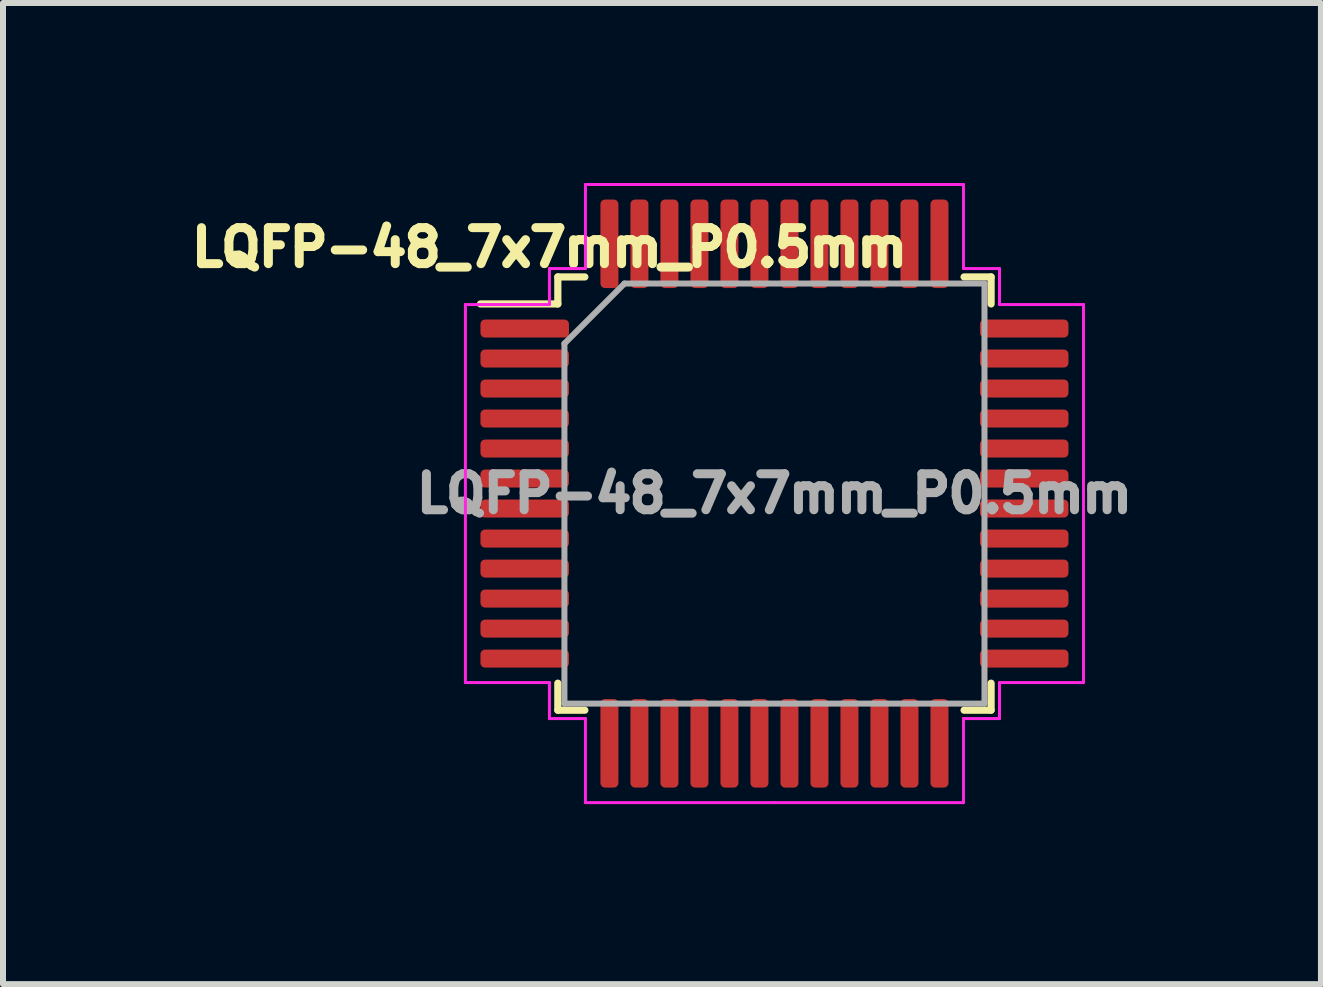
<source format=kicad_pcb>
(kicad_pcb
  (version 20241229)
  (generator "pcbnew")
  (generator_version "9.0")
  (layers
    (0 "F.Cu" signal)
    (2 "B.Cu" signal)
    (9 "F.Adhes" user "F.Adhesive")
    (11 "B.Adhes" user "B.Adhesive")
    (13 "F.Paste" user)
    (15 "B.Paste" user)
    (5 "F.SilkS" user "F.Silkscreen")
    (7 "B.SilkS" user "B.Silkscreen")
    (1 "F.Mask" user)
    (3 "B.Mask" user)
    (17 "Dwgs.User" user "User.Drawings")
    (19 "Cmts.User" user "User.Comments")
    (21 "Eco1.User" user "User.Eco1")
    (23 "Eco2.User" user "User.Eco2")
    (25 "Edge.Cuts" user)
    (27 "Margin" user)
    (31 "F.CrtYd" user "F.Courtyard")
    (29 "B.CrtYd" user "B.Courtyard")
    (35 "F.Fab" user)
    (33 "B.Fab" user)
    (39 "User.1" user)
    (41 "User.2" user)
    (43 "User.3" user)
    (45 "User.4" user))
  (footprint "LQFP-48_7x7mm_P0.5mm"
    (layer "F.Cu")
    (at 9.856 5.175)
    (property "Reference" "LQFP-48_7x7mm_P0.5mm" (at -3.748 -4.101 0) (layer "F.SilkS") (effects (font (size 0.6 0.6) (thickness 0.15))))
    (attr smd)
    (fp_line (start -4.9 -3.16) (end -3.61 -3.16) (stroke (width 0.12) (type solid)) (layer "F.SilkS"))
    (fp_line (start -3.61 -3.61) (end -3.16 -3.61) (stroke (width 0.12) (type solid)) (layer "F.SilkS"))
    (fp_line (start -3.61 -3.16) (end -3.61 -3.61) (stroke (width 0.12) (type solid)) (layer "F.SilkS"))
    (fp_line (start -3.61 3.16) (end -3.61 3.61) (stroke (width 0.12) (type solid)) (layer "F.SilkS"))
    (fp_line (start -3.61 3.61) (end -3.16 3.61) (stroke (width 0.12) (type solid)) (layer "F.SilkS"))
    (fp_line (start 3.61 -3.61) (end 3.16 -3.61) (stroke (width 0.12) (type solid)) (layer "F.SilkS"))
    (fp_line (start 3.61 -3.16) (end 3.61 -3.61) (stroke (width 0.12) (type solid)) (layer "F.SilkS"))
    (fp_line (start 3.61 3.16) (end 3.61 3.61) (stroke (width 0.12) (type solid)) (layer "F.SilkS"))
    (fp_line (start 3.61 3.61) (end 3.16 3.61) (stroke (width 0.12) (type solid)) (layer "F.SilkS"))
    (fp_line (start -5.15 -3.15) (end -3.75 -3.15) (stroke (width 0.05) (type solid)) (layer "F.CrtYd"))
    (fp_line (start -5.15 0) (end -5.15 -3.15) (stroke (width 0.05) (type solid)) (layer "F.CrtYd"))
    (fp_line (start -5.15 0) (end -5.15 3.15) (stroke (width 0.05) (type solid)) (layer "F.CrtYd"))
    (fp_line (start -5.15 3.15) (end -3.75 3.15) (stroke (width 0.05) (type solid)) (layer "F.CrtYd"))
    (fp_line (start -3.75 -3.75) (end -3.15 -3.75) (stroke (width 0.05) (type solid)) (layer "F.CrtYd"))
    (fp_line (start -3.75 -3.15) (end -3.75 -3.75) (stroke (width 0.05) (type solid)) (layer "F.CrtYd"))
    (fp_line (start -3.75 3.15) (end -3.75 3.75) (stroke (width 0.05) (type solid)) (layer "F.CrtYd"))
    (fp_line (start -3.75 3.75) (end -3.15 3.75) (stroke (width 0.05) (type solid)) (layer "F.CrtYd"))
    (fp_line (start -3.15 -3.75) (end -3.15 -5.15) (stroke (width 0.05) (type solid)) (layer "F.CrtYd"))
    (fp_line (start -3.15 3.75) (end -3.15 5.15) (stroke (width 0.05) (type solid)) (layer "F.CrtYd"))
    (fp_line (start -3.15 -5.15) (end 0 -5.15) (stroke (width 0.05) (type solid)) (layer "F.CrtYd"))
    (fp_line (start -3.15 5.15) (end 0 5.15) (stroke (width 0.05) (type solid)) (layer "F.CrtYd"))
    (fp_line (start 3.15 -5.15) (end 0 -5.15) (stroke (width 0.05) (type solid)) (layer "F.CrtYd"))
    (fp_line (start 3.15 5.15) (end 0 5.15) (stroke (width 0.05) (type solid)) (layer "F.CrtYd"))
    (fp_line (start 3.15 -3.75) (end 3.15 -5.15) (stroke (width 0.05) (type solid)) (layer "F.CrtYd"))
    (fp_line (start 3.15 3.75) (end 3.15 5.15) (stroke (width 0.05) (type solid)) (layer "F.CrtYd"))
    (fp_line (start 3.75 -3.75) (end 3.15 -3.75) (stroke (width 0.05) (type solid)) (layer "F.CrtYd"))
    (fp_line (start 3.75 -3.15) (end 3.75 -3.75) (stroke (width 0.05) (type solid)) (layer "F.CrtYd"))
    (fp_line (start 3.75 3.15) (end 3.75 3.75) (stroke (width 0.05) (type solid)) (layer "F.CrtYd"))
    (fp_line (start 3.75 3.75) (end 3.15 3.75) (stroke (width 0.05) (type solid)) (layer "F.CrtYd"))
    (fp_line (start 5.15 -3.15) (end 3.75 -3.15) (stroke (width 0.05) (type solid)) (layer "F.CrtYd"))
    (fp_line (start 5.15 0) (end 5.15 -3.15) (stroke (width 0.05) (type solid)) (layer "F.CrtYd"))
    (fp_line (start 5.15 0) (end 5.15 3.15) (stroke (width 0.05) (type solid)) (layer "F.CrtYd"))
    (fp_line (start 5.15 3.15) (end 3.75 3.15) (stroke (width 0.05) (type solid)) (layer "F.CrtYd"))
    (fp_line (start -3.5 -2.5) (end -3.5 3.5) (stroke (width 0.1) (type solid)) (layer "F.Fab"))
    (fp_line (start -3.5 3.5) (end 3.5 3.5) (stroke (width 0.1) (type solid)) (layer "F.Fab"))
    (fp_line (start -2.5 -3.5) (end -3.5 -2.5) (stroke (width 0.1) (type solid)) (layer "F.Fab"))
    (fp_line (start 3.5 -3.5) (end -2.5 -3.5) (stroke (width 0.1) (type solid)) (layer "F.Fab"))
    (fp_line (start 3.5 3.5) (end 3.5 -3.5) (stroke (width 0.1) (type solid)) (layer "F.Fab"))
    (fp_text user "${REFERENCE}" (at 0 0 0) (layer "F.Fab") (effects (font (size 0.6 0.6) (thickness 0.15))))
    (pad "1" smd roundrect (at -4.162 -2.75 180) (size 1.475 0.3) (layers "F.Cu" "F.Mask" "F.Paste") (roundrect_rratio 0.25))
    (pad "2" smd roundrect (at -4.162 -2.25 180) (size 1.475 0.3) (layers "F.Cu" "F.Mask" "F.Paste") (roundrect_rratio 0.25))
    (pad "3" smd roundrect (at -4.162 -1.75 180) (size 1.475 0.3) (layers "F.Cu" "F.Mask" "F.Paste") (roundrect_rratio 0.25))
    (pad "4" smd roundrect (at -4.162 -1.25 180) (size 1.475 0.3) (layers "F.Cu" "F.Mask" "F.Paste") (roundrect_rratio 0.25))
    (pad "5" smd roundrect (at -4.162 -0.75 180) (size 1.475 0.3) (layers "F.Cu" "F.Mask" "F.Paste") (roundrect_rratio 0.25))
    (pad "6" smd roundrect (at -4.162 -0.25 180) (size 1.475 0.3) (layers "F.Cu" "F.Mask" "F.Paste") (roundrect_rratio 0.25))
    (pad "7" smd roundrect (at -4.162 0.25 180) (size 1.475 0.3) (layers "F.Cu" "F.Mask" "F.Paste") (roundrect_rratio 0.25))
    (pad "8" smd roundrect (at -4.162 0.75 180) (size 1.475 0.3) (layers "F.Cu" "F.Mask" "F.Paste") (roundrect_rratio 0.25))
    (pad "9" smd roundrect (at -4.162 1.25 180) (size 1.475 0.3) (layers "F.Cu" "F.Mask" "F.Paste") (roundrect_rratio 0.25))
    (pad "10" smd roundrect (at -4.162 1.75 180) (size 1.475 0.3) (layers "F.Cu" "F.Mask" "F.Paste") (roundrect_rratio 0.25))
    (pad "11" smd roundrect (at -4.162 2.25 180) (size 1.475 0.3) (layers "F.Cu" "F.Mask" "F.Paste") (roundrect_rratio 0.25))
    (pad "12" smd roundrect (at -4.162 2.75 180) (size 1.475 0.3) (layers "F.Cu" "F.Mask" "F.Paste") (roundrect_rratio 0.25))
    (pad "13" smd roundrect (at -2.75 4.162 180) (size 0.3 1.475) (layers "F.Cu" "F.Mask" "F.Paste") (roundrect_rratio 0.25))
    (pad "14" smd roundrect (at -2.25 4.162 180) (size 0.3 1.475) (layers "F.Cu" "F.Mask" "F.Paste") (roundrect_rratio 0.25))
    (pad "15" smd roundrect (at -1.75 4.162 180) (size 0.3 1.475) (layers "F.Cu" "F.Mask" "F.Paste") (roundrect_rratio 0.25))
    (pad "16" smd roundrect (at -1.25 4.162 180) (size 0.3 1.475) (layers "F.Cu" "F.Mask" "F.Paste") (roundrect_rratio 0.25))
    (pad "17" smd roundrect (at -0.75 4.162 180) (size 0.3 1.475) (layers "F.Cu" "F.Mask" "F.Paste") (roundrect_rratio 0.25))
    (pad "18" smd roundrect (at -0.25 4.162 180) (size 0.3 1.475) (layers "F.Cu" "F.Mask" "F.Paste") (roundrect_rratio 0.25))
    (pad "19" smd roundrect (at 0.25 4.162 180) (size 0.3 1.475) (layers "F.Cu" "F.Mask" "F.Paste") (roundrect_rratio 0.25))
    (pad "20" smd roundrect (at 0.75 4.162 180) (size 0.3 1.475) (layers "F.Cu" "F.Mask" "F.Paste") (roundrect_rratio 0.25))
    (pad "21" smd roundrect (at 1.25 4.162 180) (size 0.3 1.475) (layers "F.Cu" "F.Mask" "F.Paste") (roundrect_rratio 0.25))
    (pad "22" smd roundrect (at 1.75 4.162 180) (size 0.3 1.475) (layers "F.Cu" "F.Mask" "F.Paste") (roundrect_rratio 0.25))
    (pad "23" smd roundrect (at 2.25 4.162 180) (size 0.3 1.475) (layers "F.Cu" "F.Mask" "F.Paste") (roundrect_rratio 0.25))
    (pad "24" smd roundrect (at 2.75 4.162 180) (size 0.3 1.475) (layers "F.Cu" "F.Mask" "F.Paste") (roundrect_rratio 0.25))
    (pad "25" smd roundrect (at 4.162 2.75 180) (size 1.475 0.3) (layers "F.Cu" "F.Mask" "F.Paste") (roundrect_rratio 0.25))
    (pad "26" smd roundrect (at 4.162 2.25 180) (size 1.475 0.3) (layers "F.Cu" "F.Mask" "F.Paste") (roundrect_rratio 0.25))
    (pad "27" smd roundrect (at 4.162 1.75 180) (size 1.475 0.3) (layers "F.Cu" "F.Mask" "F.Paste") (roundrect_rratio 0.25))
    (pad "28" smd roundrect (at 4.162 1.25 180) (size 1.475 0.3) (layers "F.Cu" "F.Mask" "F.Paste") (roundrect_rratio 0.25))
    (pad "29" smd roundrect (at 4.162 0.75 180) (size 1.475 0.3) (layers "F.Cu" "F.Mask" "F.Paste") (roundrect_rratio 0.25))
    (pad "30" smd roundrect (at 4.162 0.25 180) (size 1.475 0.3) (layers "F.Cu" "F.Mask" "F.Paste") (roundrect_rratio 0.25))
    (pad "31" smd roundrect (at 4.162 -0.25 180) (size 1.475 0.3) (layers "F.Cu" "F.Mask" "F.Paste") (roundrect_rratio 0.25))
    (pad "32" smd roundrect (at 4.162 -0.75 180) (size 1.475 0.3) (layers "F.Cu" "F.Mask" "F.Paste") (roundrect_rratio 0.25))
    (pad "33" smd roundrect (at 4.162 -1.25 180) (size 1.475 0.3) (layers "F.Cu" "F.Mask" "F.Paste") (roundrect_rratio 0.25))
    (pad "34" smd roundrect (at 4.162 -1.75 180) (size 1.475 0.3) (layers "F.Cu" "F.Mask" "F.Paste") (roundrect_rratio 0.25))
    (pad "35" smd roundrect (at 4.162 -2.25 180) (size 1.475 0.3) (layers "F.Cu" "F.Mask" "F.Paste") (roundrect_rratio 0.25))
    (pad "36" smd roundrect (at 4.162 -2.75 180) (size 1.475 0.3) (layers "F.Cu" "F.Mask" "F.Paste") (roundrect_rratio 0.25))
    (pad "37" smd roundrect (at 2.75 -4.162 180) (size 0.3 1.475) (layers "F.Cu" "F.Mask" "F.Paste") (roundrect_rratio 0.25))
    (pad "38" smd roundrect (at 2.25 -4.162 180) (size 0.3 1.475) (layers "F.Cu" "F.Mask" "F.Paste") (roundrect_rratio 0.25))
    (pad "39" smd roundrect (at 1.75 -4.162 180) (size 0.3 1.475) (layers "F.Cu" "F.Mask" "F.Paste") (roundrect_rratio 0.25))
    (pad "40" smd roundrect (at 1.25 -4.162 180) (size 0.3 1.475) (layers "F.Cu" "F.Mask" "F.Paste") (roundrect_rratio 0.25))
    (pad "41" smd roundrect (at 0.75 -4.162 180) (size 0.3 1.475) (layers "F.Cu" "F.Mask" "F.Paste") (roundrect_rratio 0.25))
    (pad "42" smd roundrect (at 0.25 -4.162 180) (size 0.3 1.475) (layers "F.Cu" "F.Mask" "F.Paste") (roundrect_rratio 0.25))
    (pad "43" smd roundrect (at -0.25 -4.162 180) (size 0.3 1.475) (layers "F.Cu" "F.Mask" "F.Paste") (roundrect_rratio 0.25))
    (pad "44" smd roundrect (at -0.75 -4.162 180) (size 0.3 1.475) (layers "F.Cu" "F.Mask" "F.Paste") (roundrect_rratio 0.25))
    (pad "45" smd roundrect (at -1.25 -4.162 180) (size 0.3 1.475) (layers "F.Cu" "F.Mask" "F.Paste") (roundrect_rratio 0.25))
    (pad "46" smd roundrect (at -1.75 -4.162 180) (size 0.3 1.475) (layers "F.Cu" "F.Mask" "F.Paste") (roundrect_rratio 0.25))
    (pad "47" smd roundrect (at -2.25 -4.162 180) (size 0.3 1.475) (layers "F.Cu" "F.Mask" "F.Paste") (roundrect_rratio 0.25))
    (pad "48" smd roundrect (at -2.75 -4.162 180) (size 0.3 1.475) (layers "F.Cu" "F.Mask" "F.Paste") (roundrect_rratio 0.25)))
  (gr_rect
    (start -3 -3)
    (end 18.963 13.35)
    (stroke (width 0.1) (type default))
    (fill no)
    (layer "Edge.Cuts")))
</source>
